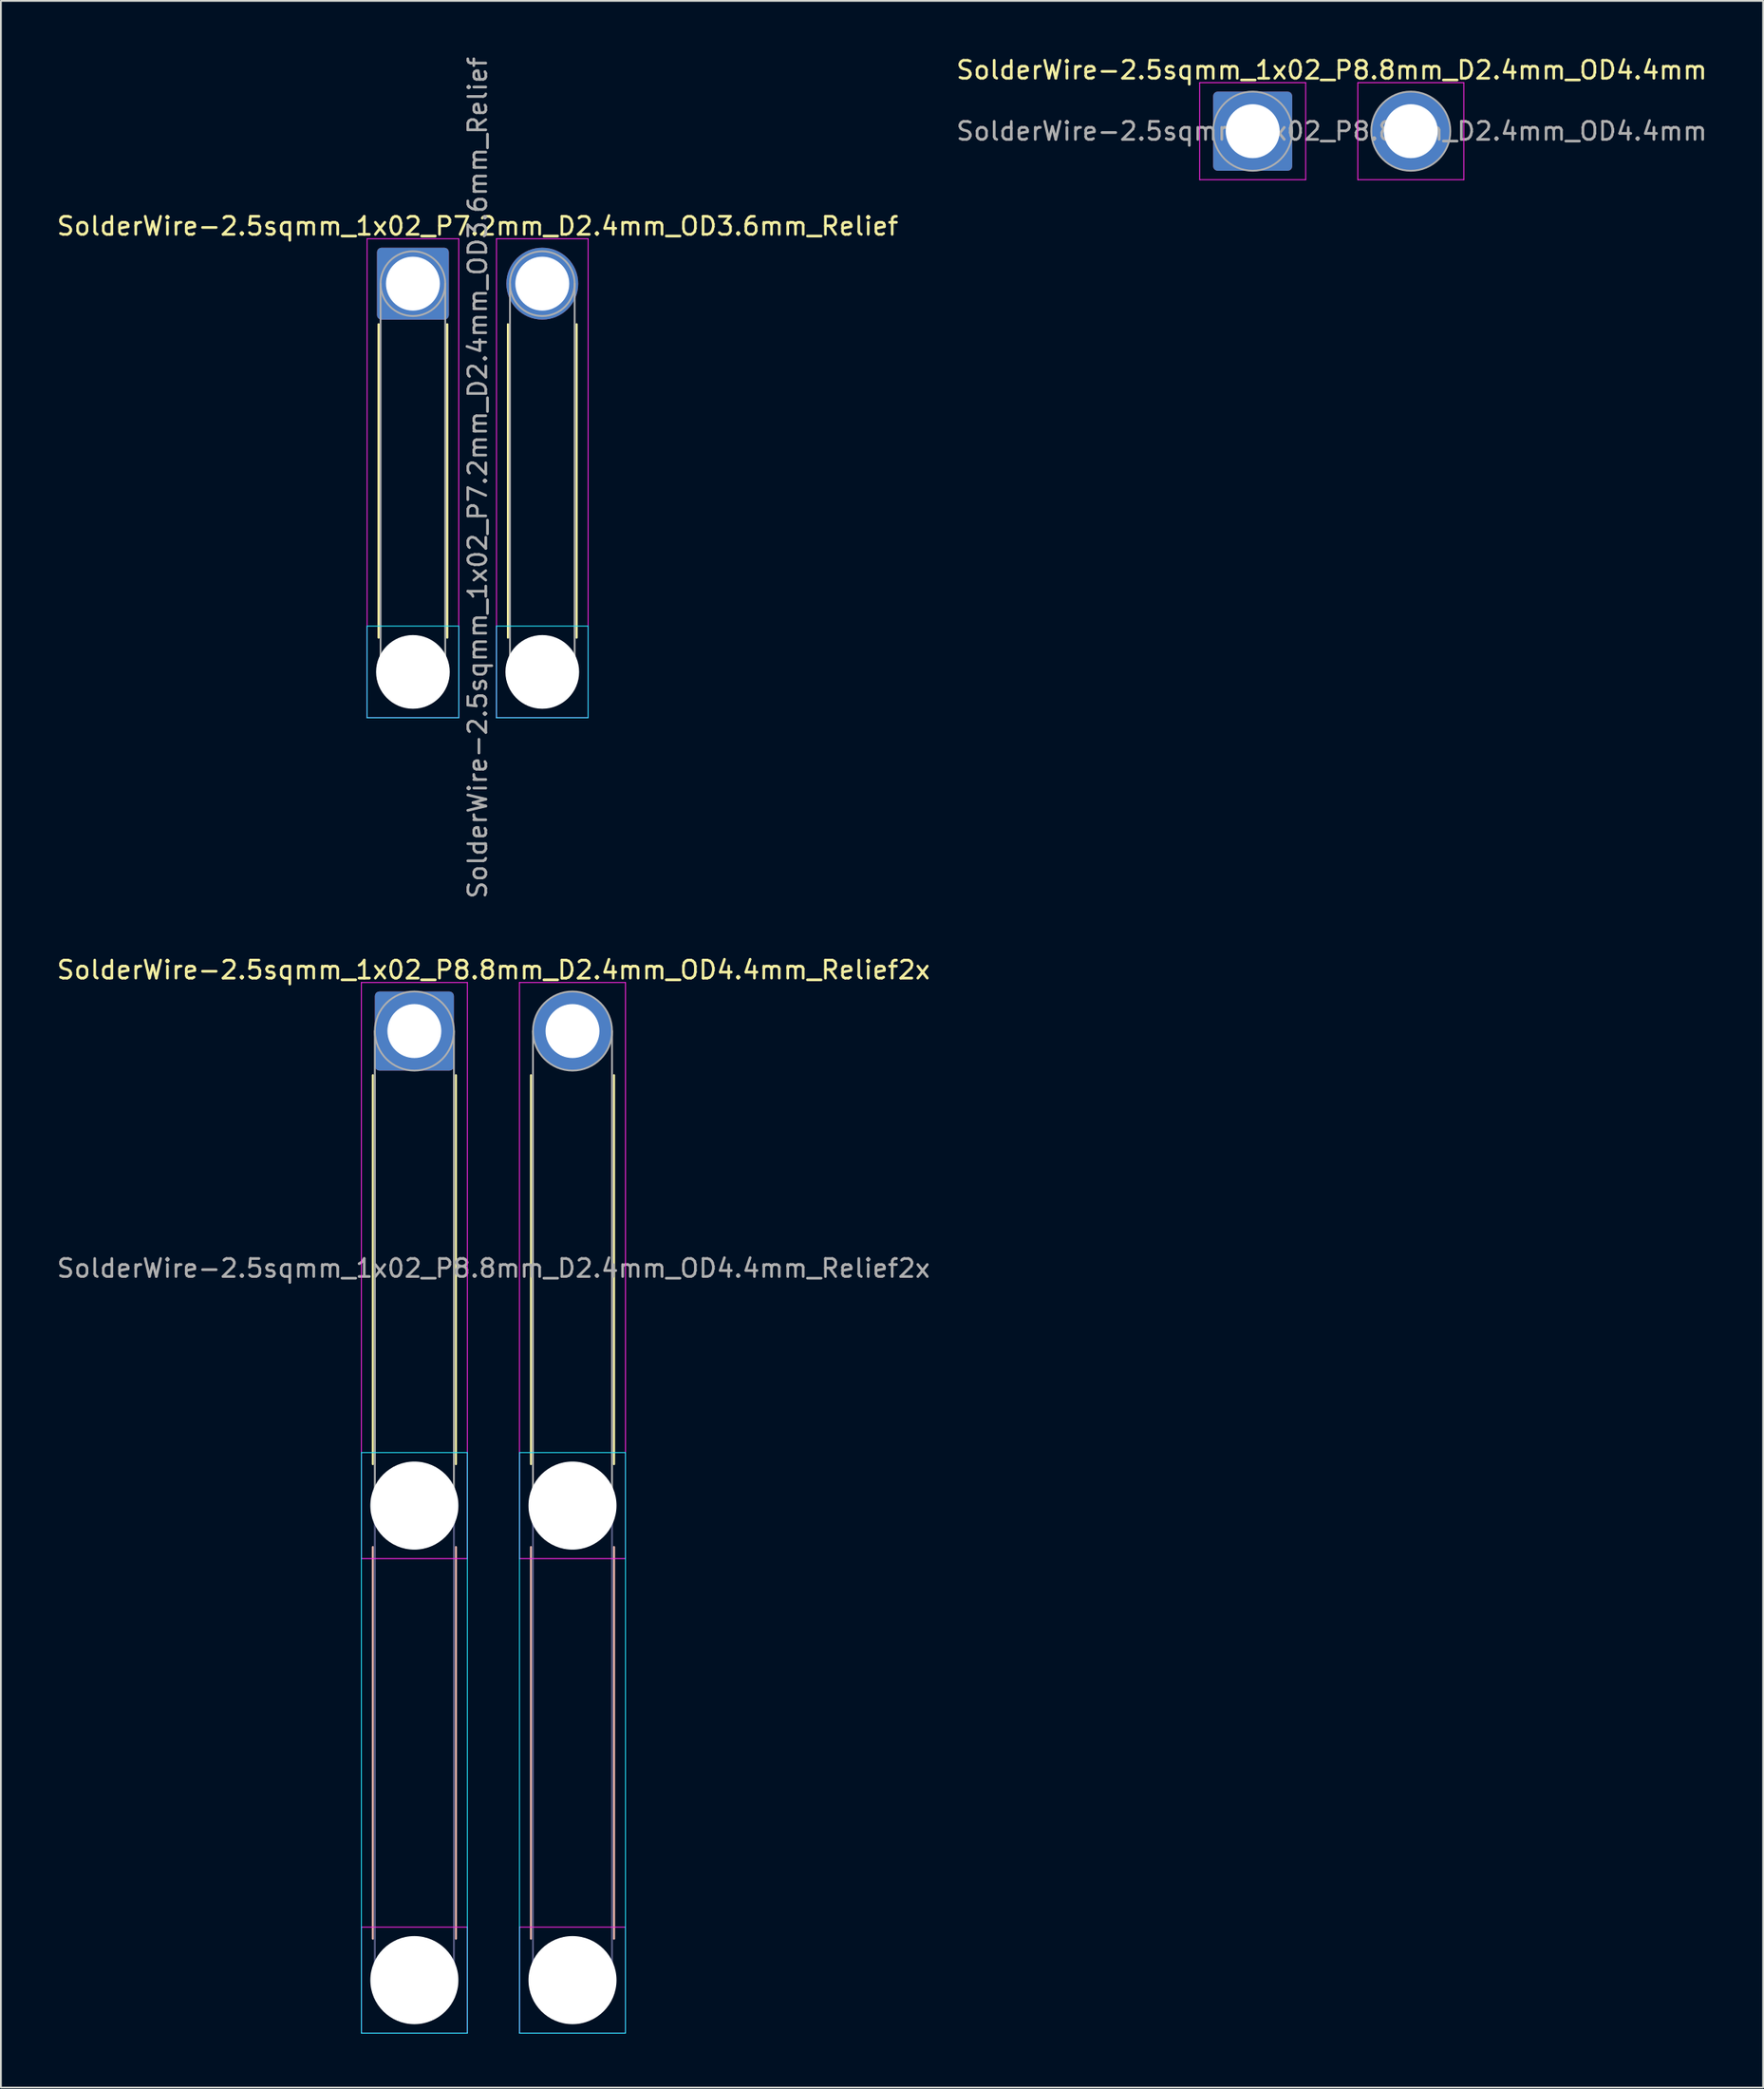
<source format=kicad_pcb>
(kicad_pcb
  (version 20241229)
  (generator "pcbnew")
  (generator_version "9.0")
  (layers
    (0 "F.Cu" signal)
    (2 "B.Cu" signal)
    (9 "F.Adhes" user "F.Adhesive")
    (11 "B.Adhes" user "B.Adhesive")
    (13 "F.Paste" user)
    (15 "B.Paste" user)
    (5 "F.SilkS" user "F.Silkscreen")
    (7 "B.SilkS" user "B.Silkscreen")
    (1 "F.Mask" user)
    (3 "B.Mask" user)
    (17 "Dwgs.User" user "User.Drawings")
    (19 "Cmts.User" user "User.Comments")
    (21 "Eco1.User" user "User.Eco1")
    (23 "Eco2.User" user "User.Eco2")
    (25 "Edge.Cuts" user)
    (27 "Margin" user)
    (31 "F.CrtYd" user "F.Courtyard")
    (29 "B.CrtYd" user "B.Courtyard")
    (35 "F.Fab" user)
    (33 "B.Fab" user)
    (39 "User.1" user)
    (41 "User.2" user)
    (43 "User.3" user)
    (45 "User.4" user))
  (footprint "SolderWire-2.5sqmm_1x02_P7.2mm_D2.4mm_OD3.6mm_Relief"
    (layer "F.Cu")
    (at 19.93 12.73)
    (property "Reference" "SolderWire-2.5sqmm_1x02_P7.2mm_D2.4mm_OD3.6mm_Relief" (at 3.6 -3.2 0) (layer "F.SilkS") (effects (font (size 1 1) (thickness 0.15))))
    (attr exclude_from_pos_files exclude_from_bom)
    (fp_line (start -1.91 2.26) (end -1.91 19.69) (stroke (width 0.12) (type solid)) (layer "F.SilkS"))
    (fp_line (start 1.91 2.26) (end 1.91 19.69) (stroke (width 0.12) (type solid)) (layer "F.SilkS"))
    (fp_line (start 5.29 2.26) (end 5.29 19.69) (stroke (width 0.12) (type solid)) (layer "F.SilkS"))
    (fp_line (start 9.11 2.26) (end 9.11 19.69) (stroke (width 0.12) (type solid)) (layer "F.SilkS"))
    (fp_line (start -2.55 19.05) (end -2.55 24.15) (stroke (width 0.05) (type solid)) (layer "B.CrtYd"))
    (fp_line (start -2.55 24.15) (end 2.55 24.15) (stroke (width 0.05) (type solid)) (layer "B.CrtYd"))
    (fp_line (start 2.55 19.05) (end -2.55 19.05) (stroke (width 0.05) (type solid)) (layer "B.CrtYd"))
    (fp_line (start 2.55 24.15) (end 2.55 19.05) (stroke (width 0.05) (type solid)) (layer "B.CrtYd"))
    (fp_line (start 4.65 19.05) (end 4.65 24.15) (stroke (width 0.05) (type solid)) (layer "B.CrtYd"))
    (fp_line (start 4.65 24.15) (end 9.75 24.15) (stroke (width 0.05) (type solid)) (layer "B.CrtYd"))
    (fp_line (start 9.75 19.05) (end 4.65 19.05) (stroke (width 0.05) (type solid)) (layer "B.CrtYd"))
    (fp_line (start 9.75 24.15) (end 9.75 19.05) (stroke (width 0.05) (type solid)) (layer "B.CrtYd"))
    (fp_line (start -2.55 -2.5) (end -2.55 24.15) (stroke (width 0.05) (type solid)) (layer "F.CrtYd"))
    (fp_line (start -2.55 24.15) (end 2.55 24.15) (stroke (width 0.05) (type solid)) (layer "F.CrtYd"))
    (fp_line (start 2.55 -2.5) (end -2.55 -2.5) (stroke (width 0.05) (type solid)) (layer "F.CrtYd"))
    (fp_line (start 2.55 24.15) (end 2.55 -2.5) (stroke (width 0.05) (type solid)) (layer "F.CrtYd"))
    (fp_line (start 4.65 -2.5) (end 4.65 24.15) (stroke (width 0.05) (type solid)) (layer "F.CrtYd"))
    (fp_line (start 4.65 24.15) (end 9.75 24.15) (stroke (width 0.05) (type solid)) (layer "F.CrtYd"))
    (fp_line (start 9.75 -2.5) (end 4.65 -2.5) (stroke (width 0.05) (type solid)) (layer "F.CrtYd"))
    (fp_line (start 9.75 24.15) (end 9.75 -2.5) (stroke (width 0.05) (type solid)) (layer "F.CrtYd"))
    (fp_line (start -1.8 0) (end -1.8 21.6) (stroke (width 0.1) (type solid)) (layer "F.Fab"))
    (fp_line (start 1.8 0) (end 1.8 21.6) (stroke (width 0.1) (type solid)) (layer "F.Fab"))
    (fp_line (start 5.4 0) (end 5.4 21.6) (stroke (width 0.1) (type solid)) (layer "F.Fab"))
    (fp_line (start 9 0) (end 9 21.6) (stroke (width 0.1) (type solid)) (layer "F.Fab"))
    (fp_circle (center 0 0) (end 1.8 0) (stroke (width 0.1) (type solid)) (fill no) (layer "F.Fab"))
    (fp_circle (center 0 21.6) (end 1.8 21.6) (stroke (width 0.1) (type solid)) (fill no) (layer "F.Fab"))
    (fp_circle (center 7.2 0) (end 9 0) (stroke (width 0.1) (type solid)) (fill no) (layer "F.Fab"))
    (fp_circle (center 7.2 21.6) (end 9 21.6) (stroke (width 0.1) (type solid)) (fill no) (layer "F.Fab"))
    (fp_text user "${REFERENCE}" (at 3.6 10.8 90) (layer "F.Fab") (effects (font (size 1 1) (thickness 0.15))))
    (pad "" np_thru_hole circle (at 0 21.6) (size 4.1 4.1) (drill 4.1) (layers "*.Cu" "*.Mask"))
    (pad "" np_thru_hole circle (at 7.2 21.6) (size 4.1 4.1) (drill 4.1) (layers "*.Cu" "*.Mask"))
    (pad "1" thru_hole roundrect (at 0 0) (size 4 4) (drill 3) (layers "*.Cu" "*.Mask") (roundrect_rratio 0.062))
    (pad "2" thru_hole circle (at 7.2 0) (size 4 4) (drill 3) (layers "*.Cu" "*.Mask")))
  (footprint "SolderWire-2.5sqmm_1x02_P8.8mm_D2.4mm_OD4.4mm_Relief2x"
    (layer "F.Cu")
    (at 20.011 54.308)
    (property "Reference" "SolderWire-2.5sqmm_1x02_P8.8mm_D2.4mm_OD4.4mm_Relief2x" (at 4.4 -3.4 0) (layer "F.SilkS") (effects (font (size 1 1) (thickness 0.15))))
    (attr exclude_from_pos_files exclude_from_bom)
    (fp_line (start -2.31 2.46) (end -2.31 24.09) (stroke (width 0.12) (type solid)) (layer "F.SilkS"))
    (fp_line (start 2.31 2.46) (end 2.31 24.09) (stroke (width 0.12) (type solid)) (layer "F.SilkS"))
    (fp_line (start 6.49 2.46) (end 6.49 24.09) (stroke (width 0.12) (type solid)) (layer "F.SilkS"))
    (fp_line (start 11.11 2.46) (end 11.11 24.09) (stroke (width 0.12) (type solid)) (layer "F.SilkS"))
    (fp_line (start -2.31 28.71) (end -2.31 50.49) (stroke (width 0.12) (type solid)) (layer "B.SilkS"))
    (fp_line (start 2.31 28.71) (end 2.31 50.49) (stroke (width 0.12) (type solid)) (layer "B.SilkS"))
    (fp_line (start 6.49 28.71) (end 6.49 50.49) (stroke (width 0.12) (type solid)) (layer "B.SilkS"))
    (fp_line (start 11.11 28.71) (end 11.11 50.49) (stroke (width 0.12) (type solid)) (layer "B.SilkS"))
    (fp_line (start -2.95 23.45) (end -2.95 55.75) (stroke (width 0.05) (type solid)) (layer "B.CrtYd"))
    (fp_line (start -2.95 55.75) (end 2.95 55.75) (stroke (width 0.05) (type solid)) (layer "B.CrtYd"))
    (fp_line (start 2.95 23.45) (end -2.95 23.45) (stroke (width 0.05) (type solid)) (layer "B.CrtYd"))
    (fp_line (start 2.95 55.75) (end 2.95 23.45) (stroke (width 0.05) (type solid)) (layer "B.CrtYd"))
    (fp_line (start 5.85 23.45) (end 5.85 55.75) (stroke (width 0.05) (type solid)) (layer "B.CrtYd"))
    (fp_line (start 5.85 55.75) (end 11.75 55.75) (stroke (width 0.05) (type solid)) (layer "B.CrtYd"))
    (fp_line (start 11.75 23.45) (end 5.85 23.45) (stroke (width 0.05) (type solid)) (layer "B.CrtYd"))
    (fp_line (start 11.75 55.75) (end 11.75 23.45) (stroke (width 0.05) (type solid)) (layer "B.CrtYd"))
    (fp_line (start -2.95 -2.7) (end -2.95 29.35) (stroke (width 0.05) (type solid)) (layer "F.CrtYd"))
    (fp_line (start -2.95 29.35) (end 2.95 29.35) (stroke (width 0.05) (type solid)) (layer "F.CrtYd"))
    (fp_line (start -2.95 49.85) (end -2.95 55.75) (stroke (width 0.05) (type solid)) (layer "F.CrtYd"))
    (fp_line (start -2.95 55.75) (end 2.95 55.75) (stroke (width 0.05) (type solid)) (layer "F.CrtYd"))
    (fp_line (start 2.95 -2.7) (end -2.95 -2.7) (stroke (width 0.05) (type solid)) (layer "F.CrtYd"))
    (fp_line (start 2.95 29.35) (end 2.95 -2.7) (stroke (width 0.05) (type solid)) (layer "F.CrtYd"))
    (fp_line (start 2.95 49.85) (end -2.95 49.85) (stroke (width 0.05) (type solid)) (layer "F.CrtYd"))
    (fp_line (start 2.95 55.75) (end 2.95 49.85) (stroke (width 0.05) (type solid)) (layer "F.CrtYd"))
    (fp_line (start 5.85 -2.7) (end 5.85 29.35) (stroke (width 0.05) (type solid)) (layer "F.CrtYd"))
    (fp_line (start 5.85 29.35) (end 11.75 29.35) (stroke (width 0.05) (type solid)) (layer "F.CrtYd"))
    (fp_line (start 5.85 49.85) (end 5.85 55.75) (stroke (width 0.05) (type solid)) (layer "F.CrtYd"))
    (fp_line (start 5.85 55.75) (end 11.75 55.75) (stroke (width 0.05) (type solid)) (layer "F.CrtYd"))
    (fp_line (start 11.75 -2.7) (end 5.85 -2.7) (stroke (width 0.05) (type solid)) (layer "F.CrtYd"))
    (fp_line (start 11.75 29.35) (end 11.75 -2.7) (stroke (width 0.05) (type solid)) (layer "F.CrtYd"))
    (fp_line (start 11.75 49.85) (end 5.85 49.85) (stroke (width 0.05) (type solid)) (layer "F.CrtYd"))
    (fp_line (start 11.75 55.75) (end 11.75 49.85) (stroke (width 0.05) (type solid)) (layer "F.CrtYd"))
    (fp_line (start -2.2 26.4) (end -2.2 52.8) (stroke (width 0.1) (type solid)) (layer "B.Fab"))
    (fp_line (start 2.2 26.4) (end 2.2 52.8) (stroke (width 0.1) (type solid)) (layer "B.Fab"))
    (fp_line (start 6.6 26.4) (end 6.6 52.8) (stroke (width 0.1) (type solid)) (layer "B.Fab"))
    (fp_line (start 11 26.4) (end 11 52.8) (stroke (width 0.1) (type solid)) (layer "B.Fab"))
    (fp_circle (center 0 26.4) (end 2.2 26.4) (stroke (width 0.1) (type solid)) (fill no) (layer "B.Fab"))
    (fp_circle (center 0 52.8) (end 2.2 52.8) (stroke (width 0.1) (type solid)) (fill no) (layer "B.Fab"))
    (fp_circle (center 8.8 26.4) (end 11 26.4) (stroke (width 0.1) (type solid)) (fill no) (layer "B.Fab"))
    (fp_circle (center 8.8 52.8) (end 11 52.8) (stroke (width 0.1) (type solid)) (fill no) (layer "B.Fab"))
    (fp_line (start -2.2 0) (end -2.2 26.4) (stroke (width 0.1) (type solid)) (layer "F.Fab"))
    (fp_line (start 2.2 0) (end 2.2 26.4) (stroke (width 0.1) (type solid)) (layer "F.Fab"))
    (fp_line (start 6.6 0) (end 6.6 26.4) (stroke (width 0.1) (type solid)) (layer "F.Fab"))
    (fp_line (start 11 0) (end 11 26.4) (stroke (width 0.1) (type solid)) (layer "F.Fab"))
    (fp_circle (center 0 0) (end 2.2 0) (stroke (width 0.1) (type solid)) (fill no) (layer "F.Fab"))
    (fp_circle (center 0 26.4) (end 2.2 26.4) (stroke (width 0.1) (type solid)) (fill no) (layer "F.Fab"))
    (fp_circle (center 0 52.8) (end 2.2 52.8) (stroke (width 0.1) (type solid)) (fill no) (layer "F.Fab"))
    (fp_circle (center 8.8 0) (end 11 0) (stroke (width 0.1) (type solid)) (fill no) (layer "F.Fab"))
    (fp_circle (center 8.8 26.4) (end 11 26.4) (stroke (width 0.1) (type solid)) (fill no) (layer "F.Fab"))
    (fp_circle (center 8.8 52.8) (end 11 52.8) (stroke (width 0.1) (type solid)) (fill no) (layer "F.Fab"))
    (fp_text user "${REFERENCE}" (at 4.4 13.2 0) (layer "F.Fab") (effects (font (size 1 1) (thickness 0.15))))
    (pad "" np_thru_hole circle (at 0 26.4) (size 4.9 4.9) (drill 4.9) (layers "*.Cu" "*.Mask"))
    (pad "" np_thru_hole circle (at 0 52.8) (size 4.9 4.9) (drill 4.9) (layers "*.Cu" "*.Mask"))
    (pad "" np_thru_hole circle (at 8.8 26.4) (size 4.9 4.9) (drill 4.9) (layers "*.Cu" "*.Mask"))
    (pad "" np_thru_hole circle (at 8.8 52.8) (size 4.9 4.9) (drill 4.9) (layers "*.Cu" "*.Mask"))
    (pad "1" thru_hole roundrect (at 0 0) (size 4.4 4.4) (drill 3) (layers "*.Cu" "*.Mask") (roundrect_rratio 0.057))
    (pad "2" thru_hole circle (at 8.8 0) (size 4.4 4.4) (drill 3) (layers "*.Cu" "*.Mask")))
  (footprint "SolderWire-2.5sqmm_1x02_P8.8mm_D2.4mm_OD4.4mm"
    (layer "F.Cu")
    (at 66.665 4.248)
    (property "Reference" "SolderWire-2.5sqmm_1x02_P8.8mm_D2.4mm_OD4.4mm" (at 4.4 -3.4 0) (layer "F.SilkS") (effects (font (size 1 1) (thickness 0.15))))
    (attr exclude_from_pos_files exclude_from_bom)
    (fp_line (start -2.95 -2.7) (end -2.95 2.7) (stroke (width 0.05) (type solid)) (layer "F.CrtYd"))
    (fp_line (start -2.95 2.7) (end 2.95 2.7) (stroke (width 0.05) (type solid)) (layer "F.CrtYd"))
    (fp_line (start 2.95 -2.7) (end -2.95 -2.7) (stroke (width 0.05) (type solid)) (layer "F.CrtYd"))
    (fp_line (start 2.95 2.7) (end 2.95 -2.7) (stroke (width 0.05) (type solid)) (layer "F.CrtYd"))
    (fp_line (start 5.85 -2.7) (end 5.85 2.7) (stroke (width 0.05) (type solid)) (layer "F.CrtYd"))
    (fp_line (start 5.85 2.7) (end 11.75 2.7) (stroke (width 0.05) (type solid)) (layer "F.CrtYd"))
    (fp_line (start 11.75 -2.7) (end 5.85 -2.7) (stroke (width 0.05) (type solid)) (layer "F.CrtYd"))
    (fp_line (start 11.75 2.7) (end 11.75 -2.7) (stroke (width 0.05) (type solid)) (layer "F.CrtYd"))
    (fp_circle (center 0 0) (end 2.2 0) (stroke (width 0.1) (type solid)) (fill no) (layer "F.Fab"))
    (fp_circle (center 8.8 0) (end 11 0) (stroke (width 0.1) (type solid)) (fill no) (layer "F.Fab"))
    (fp_text user "${REFERENCE}" (at 4.4 0 0) (layer "F.Fab") (effects (font (size 1 1) (thickness 0.15))))
    (pad "1" thru_hole roundrect (at 0 0) (size 4.4 4.4) (drill 3) (layers "*.Cu" "*.Mask") (roundrect_rratio 0.057))
    (pad "2" thru_hole circle (at 8.8 0) (size 4.4 4.4) (drill 3) (layers "*.Cu" "*.Mask")))
  (gr_rect
    (start -3 -3)
    (end 95.071 113.083)
    (stroke (width 0.1) (type default))
    (fill no)
    (layer "Edge.Cuts")))
</source>
